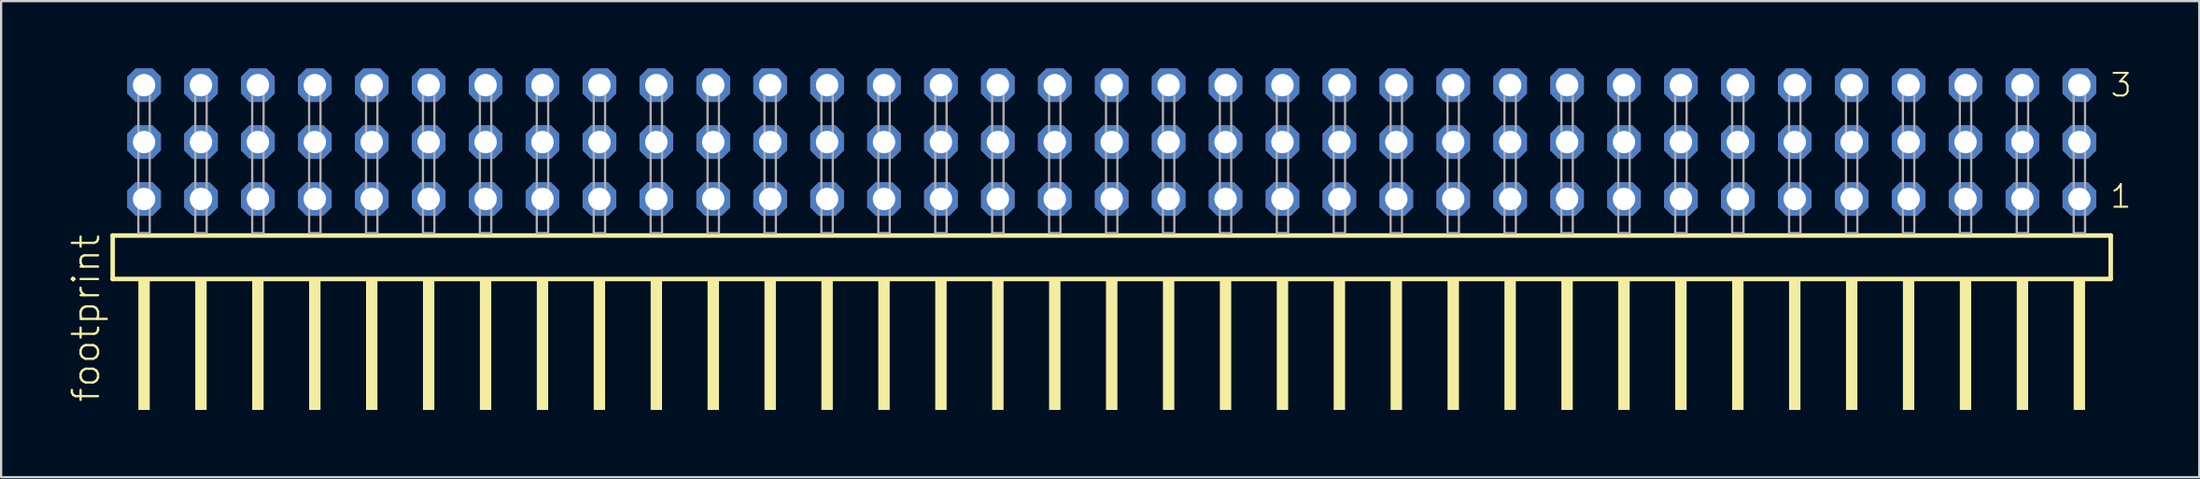
<source format=kicad_pcb>
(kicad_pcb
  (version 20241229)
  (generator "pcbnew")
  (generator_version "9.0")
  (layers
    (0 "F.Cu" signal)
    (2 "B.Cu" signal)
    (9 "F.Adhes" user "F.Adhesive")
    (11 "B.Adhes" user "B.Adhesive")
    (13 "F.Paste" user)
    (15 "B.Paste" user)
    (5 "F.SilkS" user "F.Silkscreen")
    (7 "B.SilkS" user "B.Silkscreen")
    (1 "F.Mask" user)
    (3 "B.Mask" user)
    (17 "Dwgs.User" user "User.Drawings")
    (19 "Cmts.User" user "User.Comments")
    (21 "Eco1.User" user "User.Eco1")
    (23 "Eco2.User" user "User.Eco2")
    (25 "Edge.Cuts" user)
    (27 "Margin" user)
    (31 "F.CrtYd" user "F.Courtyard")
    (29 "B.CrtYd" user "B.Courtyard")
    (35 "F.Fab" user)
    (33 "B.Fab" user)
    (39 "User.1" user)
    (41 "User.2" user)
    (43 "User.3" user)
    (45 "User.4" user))
  (footprint "footprint"
    (layer "F.Cu")
    (at 46.558 7.354)
    (property "Reference" "footprint" (at -45.085 7.62 90) (layer "F.SilkS") (effects (font (size 1.168 1.168) (thickness 0.102)) (justify left bottom)))
    (fp_line (start -44.579 0.106) (end -44.579 2.046) (stroke (width 0.203) (type solid)) (layer "F.SilkS"))
    (fp_line (start -44.579 2.046) (end 44.579 2.046) (stroke (width 0.203) (type solid)) (layer "F.SilkS"))
    (fp_line (start 44.579 0.106) (end -44.579 0.106) (stroke (width 0.203) (type solid)) (layer "F.SilkS"))
    (fp_line (start 44.579 2.046) (end 44.579 0.106) (stroke (width 0.203) (type solid)) (layer "F.SilkS"))
    (fp_poly (pts (xy -43.434 7.89) (xy -42.926 7.89) (xy -42.926 2.04) (xy -43.434 2.04)) (stroke (width 0) (type solid)) (fill yes) (layer "F.SilkS"))
    (fp_poly (pts (xy -40.894 7.89) (xy -40.386 7.89) (xy -40.386 2.04) (xy -40.894 2.04)) (stroke (width 0) (type solid)) (fill yes) (layer "F.SilkS"))
    (fp_poly (pts (xy -38.354 7.89) (xy -37.846 7.89) (xy -37.846 2.04) (xy -38.354 2.04)) (stroke (width 0) (type solid)) (fill yes) (layer "F.SilkS"))
    (fp_poly (pts (xy -35.814 7.89) (xy -35.306 7.89) (xy -35.306 2.04) (xy -35.814 2.04)) (stroke (width 0) (type solid)) (fill yes) (layer "F.SilkS"))
    (fp_poly (pts (xy -33.274 7.89) (xy -32.766 7.89) (xy -32.766 2.04) (xy -33.274 2.04)) (stroke (width 0) (type solid)) (fill yes) (layer "F.SilkS"))
    (fp_poly (pts (xy -30.734 7.89) (xy -30.226 7.89) (xy -30.226 2.04) (xy -30.734 2.04)) (stroke (width 0) (type solid)) (fill yes) (layer "F.SilkS"))
    (fp_poly (pts (xy -28.194 7.89) (xy -27.686 7.89) (xy -27.686 2.04) (xy -28.194 2.04)) (stroke (width 0) (type solid)) (fill yes) (layer "F.SilkS"))
    (fp_poly (pts (xy -25.654 7.89) (xy -25.146 7.89) (xy -25.146 2.04) (xy -25.654 2.04)) (stroke (width 0) (type solid)) (fill yes) (layer "F.SilkS"))
    (fp_poly (pts (xy -23.114 7.89) (xy -22.606 7.89) (xy -22.606 2.04) (xy -23.114 2.04)) (stroke (width 0) (type solid)) (fill yes) (layer "F.SilkS"))
    (fp_poly (pts (xy -20.574 7.89) (xy -20.066 7.89) (xy -20.066 2.04) (xy -20.574 2.04)) (stroke (width 0) (type solid)) (fill yes) (layer "F.SilkS"))
    (fp_poly (pts (xy -18.034 7.89) (xy -17.526 7.89) (xy -17.526 2.04) (xy -18.034 2.04)) (stroke (width 0) (type solid)) (fill yes) (layer "F.SilkS"))
    (fp_poly (pts (xy -15.494 7.89) (xy -14.986 7.89) (xy -14.986 2.04) (xy -15.494 2.04)) (stroke (width 0) (type solid)) (fill yes) (layer "F.SilkS"))
    (fp_poly (pts (xy -12.954 7.89) (xy -12.446 7.89) (xy -12.446 2.04) (xy -12.954 2.04)) (stroke (width 0) (type solid)) (fill yes) (layer "F.SilkS"))
    (fp_poly (pts (xy -10.414 7.89) (xy -9.906 7.89) (xy -9.906 2.04) (xy -10.414 2.04)) (stroke (width 0) (type solid)) (fill yes) (layer "F.SilkS"))
    (fp_poly (pts (xy -7.874 7.89) (xy -7.366 7.89) (xy -7.366 2.04) (xy -7.874 2.04)) (stroke (width 0) (type solid)) (fill yes) (layer "F.SilkS"))
    (fp_poly (pts (xy -5.334 7.89) (xy -4.826 7.89) (xy -4.826 2.04) (xy -5.334 2.04)) (stroke (width 0) (type solid)) (fill yes) (layer "F.SilkS"))
    (fp_poly (pts (xy -2.794 7.89) (xy -2.286 7.89) (xy -2.286 2.04) (xy -2.794 2.04)) (stroke (width 0) (type solid)) (fill yes) (layer "F.SilkS"))
    (fp_poly (pts (xy -0.254 7.89) (xy 0.254 7.89) (xy 0.254 2.04) (xy -0.254 2.04)) (stroke (width 0) (type solid)) (fill yes) (layer "F.SilkS"))
    (fp_poly (pts (xy 2.286 7.89) (xy 2.794 7.89) (xy 2.794 2.04) (xy 2.286 2.04)) (stroke (width 0) (type solid)) (fill yes) (layer "F.SilkS"))
    (fp_poly (pts (xy 4.826 7.89) (xy 5.334 7.89) (xy 5.334 2.04) (xy 4.826 2.04)) (stroke (width 0) (type solid)) (fill yes) (layer "F.SilkS"))
    (fp_poly (pts (xy 7.366 7.89) (xy 7.874 7.89) (xy 7.874 2.04) (xy 7.366 2.04)) (stroke (width 0) (type solid)) (fill yes) (layer "F.SilkS"))
    (fp_poly (pts (xy 9.906 7.89) (xy 10.414 7.89) (xy 10.414 2.04) (xy 9.906 2.04)) (stroke (width 0) (type solid)) (fill yes) (layer "F.SilkS"))
    (fp_poly (pts (xy 12.446 7.89) (xy 12.954 7.89) (xy 12.954 2.04) (xy 12.446 2.04)) (stroke (width 0) (type solid)) (fill yes) (layer "F.SilkS"))
    (fp_poly (pts (xy 14.986 7.89) (xy 15.494 7.89) (xy 15.494 2.04) (xy 14.986 2.04)) (stroke (width 0) (type solid)) (fill yes) (layer "F.SilkS"))
    (fp_poly (pts (xy 17.526 7.89) (xy 18.034 7.89) (xy 18.034 2.04) (xy 17.526 2.04)) (stroke (width 0) (type solid)) (fill yes) (layer "F.SilkS"))
    (fp_poly (pts (xy 20.066 7.89) (xy 20.574 7.89) (xy 20.574 2.04) (xy 20.066 2.04)) (stroke (width 0) (type solid)) (fill yes) (layer "F.SilkS"))
    (fp_poly (pts (xy 22.606 7.89) (xy 23.114 7.89) (xy 23.114 2.04) (xy 22.606 2.04)) (stroke (width 0) (type solid)) (fill yes) (layer "F.SilkS"))
    (fp_poly (pts (xy 25.146 7.89) (xy 25.654 7.89) (xy 25.654 2.04) (xy 25.146 2.04)) (stroke (width 0) (type solid)) (fill yes) (layer "F.SilkS"))
    (fp_poly (pts (xy 27.686 7.89) (xy 28.194 7.89) (xy 28.194 2.04) (xy 27.686 2.04)) (stroke (width 0) (type solid)) (fill yes) (layer "F.SilkS"))
    (fp_poly (pts (xy 30.226 7.89) (xy 30.734 7.89) (xy 30.734 2.04) (xy 30.226 2.04)) (stroke (width 0) (type solid)) (fill yes) (layer "F.SilkS"))
    (fp_poly (pts (xy 32.766 7.89) (xy 33.274 7.89) (xy 33.274 2.04) (xy 32.766 2.04)) (stroke (width 0) (type solid)) (fill yes) (layer "F.SilkS"))
    (fp_poly (pts (xy 35.306 7.89) (xy 35.814 7.89) (xy 35.814 2.04) (xy 35.306 2.04)) (stroke (width 0) (type solid)) (fill yes) (layer "F.SilkS"))
    (fp_poly (pts (xy 37.846 7.89) (xy 38.354 7.89) (xy 38.354 2.04) (xy 37.846 2.04)) (stroke (width 0) (type solid)) (fill yes) (layer "F.SilkS"))
    (fp_poly (pts (xy 40.386 7.89) (xy 40.894 7.89) (xy 40.894 2.04) (xy 40.386 2.04)) (stroke (width 0) (type solid)) (fill yes) (layer "F.SilkS"))
    (fp_poly (pts (xy 42.926 7.89) (xy 43.434 7.89) (xy 43.434 2.04) (xy 42.926 2.04)) (stroke (width 0) (type solid)) (fill yes) (layer "F.SilkS"))
    (fp_poly (pts (xy -43.434 0) (xy -42.926 0) (xy -42.926 -6.858) (xy -43.434 -6.858)) (stroke (width 0.1) (type solid)) (fill no) (layer "F.Fab"))
    (fp_poly (pts (xy -40.894 0) (xy -40.386 0) (xy -40.386 -6.858) (xy -40.894 -6.858)) (stroke (width 0.1) (type solid)) (fill no) (layer "F.Fab"))
    (fp_poly (pts (xy -38.354 0) (xy -37.846 0) (xy -37.846 -6.858) (xy -38.354 -6.858)) (stroke (width 0.1) (type solid)) (fill no) (layer "F.Fab"))
    (fp_poly (pts (xy -35.814 0) (xy -35.306 0) (xy -35.306 -6.858) (xy -35.814 -6.858)) (stroke (width 0.1) (type solid)) (fill no) (layer "F.Fab"))
    (fp_poly (pts (xy -33.274 0) (xy -32.766 0) (xy -32.766 -6.858) (xy -33.274 -6.858)) (stroke (width 0.1) (type solid)) (fill no) (layer "F.Fab"))
    (fp_poly (pts (xy -30.734 0) (xy -30.226 0) (xy -30.226 -6.858) (xy -30.734 -6.858)) (stroke (width 0.1) (type solid)) (fill no) (layer "F.Fab"))
    (fp_poly (pts (xy -28.194 0) (xy -27.686 0) (xy -27.686 -6.858) (xy -28.194 -6.858)) (stroke (width 0.1) (type solid)) (fill no) (layer "F.Fab"))
    (fp_poly (pts (xy -25.654 0) (xy -25.146 0) (xy -25.146 -6.858) (xy -25.654 -6.858)) (stroke (width 0.1) (type solid)) (fill no) (layer "F.Fab"))
    (fp_poly (pts (xy -23.114 0) (xy -22.606 0) (xy -22.606 -6.858) (xy -23.114 -6.858)) (stroke (width 0.1) (type solid)) (fill no) (layer "F.Fab"))
    (fp_poly (pts (xy -20.574 0) (xy -20.066 0) (xy -20.066 -6.858) (xy -20.574 -6.858)) (stroke (width 0.1) (type solid)) (fill no) (layer "F.Fab"))
    (fp_poly (pts (xy -18.034 0) (xy -17.526 0) (xy -17.526 -6.858) (xy -18.034 -6.858)) (stroke (width 0.1) (type solid)) (fill no) (layer "F.Fab"))
    (fp_poly (pts (xy -15.494 0) (xy -14.986 0) (xy -14.986 -6.858) (xy -15.494 -6.858)) (stroke (width 0.1) (type solid)) (fill no) (layer "F.Fab"))
    (fp_poly (pts (xy -12.954 0) (xy -12.446 0) (xy -12.446 -6.858) (xy -12.954 -6.858)) (stroke (width 0.1) (type solid)) (fill no) (layer "F.Fab"))
    (fp_poly (pts (xy -10.414 0) (xy -9.906 0) (xy -9.906 -6.858) (xy -10.414 -6.858)) (stroke (width 0.1) (type solid)) (fill no) (layer "F.Fab"))
    (fp_poly (pts (xy -7.874 0) (xy -7.366 0) (xy -7.366 -6.858) (xy -7.874 -6.858)) (stroke (width 0.1) (type solid)) (fill no) (layer "F.Fab"))
    (fp_poly (pts (xy -5.334 0) (xy -4.826 0) (xy -4.826 -6.858) (xy -5.334 -6.858)) (stroke (width 0.1) (type solid)) (fill no) (layer "F.Fab"))
    (fp_poly (pts (xy -2.794 0) (xy -2.286 0) (xy -2.286 -6.858) (xy -2.794 -6.858)) (stroke (width 0.1) (type solid)) (fill no) (layer "F.Fab"))
    (fp_poly (pts (xy -0.254 0) (xy 0.254 0) (xy 0.254 -6.858) (xy -0.254 -6.858)) (stroke (width 0.1) (type solid)) (fill no) (layer "F.Fab"))
    (fp_poly (pts (xy 2.286 0) (xy 2.794 0) (xy 2.794 -6.858) (xy 2.286 -6.858)) (stroke (width 0.1) (type solid)) (fill no) (layer "F.Fab"))
    (fp_poly (pts (xy 4.826 0) (xy 5.334 0) (xy 5.334 -6.858) (xy 4.826 -6.858)) (stroke (width 0.1) (type solid)) (fill no) (layer "F.Fab"))
    (fp_poly (pts (xy 7.366 0) (xy 7.874 0) (xy 7.874 -6.858) (xy 7.366 -6.858)) (stroke (width 0.1) (type solid)) (fill no) (layer "F.Fab"))
    (fp_poly (pts (xy 9.906 0) (xy 10.414 0) (xy 10.414 -6.858) (xy 9.906 -6.858)) (stroke (width 0.1) (type solid)) (fill no) (layer "F.Fab"))
    (fp_poly (pts (xy 12.446 0) (xy 12.954 0) (xy 12.954 -6.858) (xy 12.446 -6.858)) (stroke (width 0.1) (type solid)) (fill no) (layer "F.Fab"))
    (fp_poly (pts (xy 14.986 0) (xy 15.494 0) (xy 15.494 -6.858) (xy 14.986 -6.858)) (stroke (width 0.1) (type solid)) (fill no) (layer "F.Fab"))
    (fp_poly (pts (xy 17.526 0) (xy 18.034 0) (xy 18.034 -6.858) (xy 17.526 -6.858)) (stroke (width 0.1) (type solid)) (fill no) (layer "F.Fab"))
    (fp_poly (pts (xy 20.066 0) (xy 20.574 0) (xy 20.574 -6.858) (xy 20.066 -6.858)) (stroke (width 0.1) (type solid)) (fill no) (layer "F.Fab"))
    (fp_poly (pts (xy 22.606 0) (xy 23.114 0) (xy 23.114 -6.858) (xy 22.606 -6.858)) (stroke (width 0.1) (type solid)) (fill no) (layer "F.Fab"))
    (fp_poly (pts (xy 25.146 0) (xy 25.654 0) (xy 25.654 -6.858) (xy 25.146 -6.858)) (stroke (width 0.1) (type solid)) (fill no) (layer "F.Fab"))
    (fp_poly (pts (xy 27.686 0) (xy 28.194 0) (xy 28.194 -6.858) (xy 27.686 -6.858)) (stroke (width 0.1) (type solid)) (fill no) (layer "F.Fab"))
    (fp_poly (pts (xy 30.226 0) (xy 30.734 0) (xy 30.734 -6.858) (xy 30.226 -6.858)) (stroke (width 0.1) (type solid)) (fill no) (layer "F.Fab"))
    (fp_poly (pts (xy 32.766 0) (xy 33.274 0) (xy 33.274 -6.858) (xy 32.766 -6.858)) (stroke (width 0.1) (type solid)) (fill no) (layer "F.Fab"))
    (fp_poly (pts (xy 35.306 0) (xy 35.814 0) (xy 35.814 -6.858) (xy 35.306 -6.858)) (stroke (width 0.1) (type solid)) (fill no) (layer "F.Fab"))
    (fp_poly (pts (xy 37.846 0) (xy 38.354 0) (xy 38.354 -6.858) (xy 37.846 -6.858)) (stroke (width 0.1) (type solid)) (fill no) (layer "F.Fab"))
    (fp_poly (pts (xy 40.386 0) (xy 40.894 0) (xy 40.894 -6.858) (xy 40.386 -6.858)) (stroke (width 0.1) (type solid)) (fill no) (layer "F.Fab"))
    (fp_poly (pts (xy 42.926 0) (xy 43.434 0) (xy 43.434 -6.858) (xy 42.926 -6.858)) (stroke (width 0.1) (type solid)) (fill no) (layer "F.Fab"))
    (fp_text user "3" (at 44.505 -6.015 0) (layer "F.SilkS") (effects (font (size 1.012 1.012) (thickness 0.088)) (justify left bottom)))
    (fp_text user "1" (at 44.49 -1.05 0) (layer "F.SilkS") (effects (font (size 1.012 1.012) (thickness 0.088)) (justify left bottom)))
    (pad "1" thru_hole roundrect (at 43.18 -1.524 180) (size 1.5 1.5) (drill 1) (layers "*.Cu" "*.Mask") (roundrect_rratio 0.25) (chamfer_ratio 0.25) (chamfer top_left top_right bottom_left bottom_right))
    (pad "2" thru_hole roundrect (at 43.18 -4.064 180) (size 1.5 1.5) (drill 1) (layers "*.Cu" "*.Mask") (roundrect_rratio 0.25) (chamfer_ratio 0.25) (chamfer top_left top_right bottom_left bottom_right))
    (pad "3" thru_hole roundrect (at 43.18 -6.604 180) (size 1.5 1.5) (drill 1) (layers "*.Cu" "*.Mask") (roundrect_rratio 0.25) (chamfer_ratio 0.25) (chamfer top_left top_right bottom_left bottom_right))
    (pad "4" thru_hole roundrect (at 40.64 -1.524 180) (size 1.5 1.5) (drill 1) (layers "*.Cu" "*.Mask") (roundrect_rratio 0.25) (chamfer_ratio 0.25) (chamfer top_left top_right bottom_left bottom_right))
    (pad "5" thru_hole roundrect (at 40.64 -4.064 180) (size 1.5 1.5) (drill 1) (layers "*.Cu" "*.Mask") (roundrect_rratio 0.25) (chamfer_ratio 0.25) (chamfer top_left top_right bottom_left bottom_right))
    (pad "6" thru_hole roundrect (at 40.64 -6.604 180) (size 1.5 1.5) (drill 1) (layers "*.Cu" "*.Mask") (roundrect_rratio 0.25) (chamfer_ratio 0.25) (chamfer top_left top_right bottom_left bottom_right))
    (pad "7" thru_hole roundrect (at 38.1 -1.524 180) (size 1.5 1.5) (drill 1) (layers "*.Cu" "*.Mask") (roundrect_rratio 0.25) (chamfer_ratio 0.25) (chamfer top_left top_right bottom_left bottom_right))
    (pad "8" thru_hole roundrect (at 38.1 -4.064 180) (size 1.5 1.5) (drill 1) (layers "*.Cu" "*.Mask") (roundrect_rratio 0.25) (chamfer_ratio 0.25) (chamfer top_left top_right bottom_left bottom_right))
    (pad "9" thru_hole roundrect (at 38.1 -6.604 180) (size 1.5 1.5) (drill 1) (layers "*.Cu" "*.Mask") (roundrect_rratio 0.25) (chamfer_ratio 0.25) (chamfer top_left top_right bottom_left bottom_right))
    (pad "10" thru_hole roundrect (at 35.56 -1.524 180) (size 1.5 1.5) (drill 1) (layers "*.Cu" "*.Mask") (roundrect_rratio 0.25) (chamfer_ratio 0.25) (chamfer top_left top_right bottom_left bottom_right))
    (pad "11" thru_hole roundrect (at 35.56 -4.064 180) (size 1.5 1.5) (drill 1) (layers "*.Cu" "*.Mask") (roundrect_rratio 0.25) (chamfer_ratio 0.25) (chamfer top_left top_right bottom_left bottom_right))
    (pad "12" thru_hole roundrect (at 35.56 -6.604 180) (size 1.5 1.5) (drill 1) (layers "*.Cu" "*.Mask") (roundrect_rratio 0.25) (chamfer_ratio 0.25) (chamfer top_left top_right bottom_left bottom_right))
    (pad "13" thru_hole roundrect (at 33.02 -1.524 180) (size 1.5 1.5) (drill 1) (layers "*.Cu" "*.Mask") (roundrect_rratio 0.25) (chamfer_ratio 0.25) (chamfer top_left top_right bottom_left bottom_right))
    (pad "14" thru_hole roundrect (at 33.02 -4.064 180) (size 1.5 1.5) (drill 1) (layers "*.Cu" "*.Mask") (roundrect_rratio 0.25) (chamfer_ratio 0.25) (chamfer top_left top_right bottom_left bottom_right))
    (pad "15" thru_hole roundrect (at 33.02 -6.604 180) (size 1.5 1.5) (drill 1) (layers "*.Cu" "*.Mask") (roundrect_rratio 0.25) (chamfer_ratio 0.25) (chamfer top_left top_right bottom_left bottom_right))
    (pad "16" thru_hole roundrect (at 30.48 -1.524 180) (size 1.5 1.5) (drill 1) (layers "*.Cu" "*.Mask") (roundrect_rratio 0.25) (chamfer_ratio 0.25) (chamfer top_left top_right bottom_left bottom_right))
    (pad "17" thru_hole roundrect (at 30.48 -4.064 180) (size 1.5 1.5) (drill 1) (layers "*.Cu" "*.Mask") (roundrect_rratio 0.25) (chamfer_ratio 0.25) (chamfer top_left top_right bottom_left bottom_right))
    (pad "18" thru_hole roundrect (at 30.48 -6.604 180) (size 1.5 1.5) (drill 1) (layers "*.Cu" "*.Mask") (roundrect_rratio 0.25) (chamfer_ratio 0.25) (chamfer top_left top_right bottom_left bottom_right))
    (pad "19" thru_hole roundrect (at 27.94 -1.524 180) (size 1.5 1.5) (drill 1) (layers "*.Cu" "*.Mask") (roundrect_rratio 0.25) (chamfer_ratio 0.25) (chamfer top_left top_right bottom_left bottom_right))
    (pad "20" thru_hole roundrect (at 27.94 -4.064 180) (size 1.5 1.5) (drill 1) (layers "*.Cu" "*.Mask") (roundrect_rratio 0.25) (chamfer_ratio 0.25) (chamfer top_left top_right bottom_left bottom_right))
    (pad "21" thru_hole roundrect (at 27.94 -6.604 180) (size 1.5 1.5) (drill 1) (layers "*.Cu" "*.Mask") (roundrect_rratio 0.25) (chamfer_ratio 0.25) (chamfer top_left top_right bottom_left bottom_right))
    (pad "22" thru_hole roundrect (at 25.4 -1.524 180) (size 1.5 1.5) (drill 1) (layers "*.Cu" "*.Mask") (roundrect_rratio 0.25) (chamfer_ratio 0.25) (chamfer top_left top_right bottom_left bottom_right))
    (pad "23" thru_hole roundrect (at 25.4 -4.064 180) (size 1.5 1.5) (drill 1) (layers "*.Cu" "*.Mask") (roundrect_rratio 0.25) (chamfer_ratio 0.25) (chamfer top_left top_right bottom_left bottom_right))
    (pad "24" thru_hole roundrect (at 25.4 -6.604 180) (size 1.5 1.5) (drill 1) (layers "*.Cu" "*.Mask") (roundrect_rratio 0.25) (chamfer_ratio 0.25) (chamfer top_left top_right bottom_left bottom_right))
    (pad "25" thru_hole roundrect (at 22.86 -1.524 180) (size 1.5 1.5) (drill 1) (layers "*.Cu" "*.Mask") (roundrect_rratio 0.25) (chamfer_ratio 0.25) (chamfer top_left top_right bottom_left bottom_right))
    (pad "26" thru_hole roundrect (at 22.86 -4.064 180) (size 1.5 1.5) (drill 1) (layers "*.Cu" "*.Mask") (roundrect_rratio 0.25) (chamfer_ratio 0.25) (chamfer top_left top_right bottom_left bottom_right))
    (pad "27" thru_hole roundrect (at 22.86 -6.604 180) (size 1.5 1.5) (drill 1) (layers "*.Cu" "*.Mask") (roundrect_rratio 0.25) (chamfer_ratio 0.25) (chamfer top_left top_right bottom_left bottom_right))
    (pad "28" thru_hole roundrect (at 20.32 -1.524 180) (size 1.5 1.5) (drill 1) (layers "*.Cu" "*.Mask") (roundrect_rratio 0.25) (chamfer_ratio 0.25) (chamfer top_left top_right bottom_left bottom_right))
    (pad "29" thru_hole roundrect (at 20.32 -4.064 180) (size 1.5 1.5) (drill 1) (layers "*.Cu" "*.Mask") (roundrect_rratio 0.25) (chamfer_ratio 0.25) (chamfer top_left top_right bottom_left bottom_right))
    (pad "30" thru_hole roundrect (at 20.32 -6.604 180) (size 1.5 1.5) (drill 1) (layers "*.Cu" "*.Mask") (roundrect_rratio 0.25) (chamfer_ratio 0.25) (chamfer top_left top_right bottom_left bottom_right))
    (pad "31" thru_hole roundrect (at 17.78 -1.524 180) (size 1.5 1.5) (drill 1) (layers "*.Cu" "*.Mask") (roundrect_rratio 0.25) (chamfer_ratio 0.25) (chamfer top_left top_right bottom_left bottom_right))
    (pad "32" thru_hole roundrect (at 17.78 -4.064 180) (size 1.5 1.5) (drill 1) (layers "*.Cu" "*.Mask") (roundrect_rratio 0.25) (chamfer_ratio 0.25) (chamfer top_left top_right bottom_left bottom_right))
    (pad "33" thru_hole roundrect (at 17.78 -6.604 180) (size 1.5 1.5) (drill 1) (layers "*.Cu" "*.Mask") (roundrect_rratio 0.25) (chamfer_ratio 0.25) (chamfer top_left top_right bottom_left bottom_right))
    (pad "34" thru_hole roundrect (at 15.24 -1.524 180) (size 1.5 1.5) (drill 1) (layers "*.Cu" "*.Mask") (roundrect_rratio 0.25) (chamfer_ratio 0.25) (chamfer top_left top_right bottom_left bottom_right))
    (pad "35" thru_hole roundrect (at 15.24 -4.064 180) (size 1.5 1.5) (drill 1) (layers "*.Cu" "*.Mask") (roundrect_rratio 0.25) (chamfer_ratio 0.25) (chamfer top_left top_right bottom_left bottom_right))
    (pad "36" thru_hole roundrect (at 15.24 -6.604 180) (size 1.5 1.5) (drill 1) (layers "*.Cu" "*.Mask") (roundrect_rratio 0.25) (chamfer_ratio 0.25) (chamfer top_left top_right bottom_left bottom_right))
    (pad "37" thru_hole roundrect (at 12.7 -1.524 180) (size 1.5 1.5) (drill 1) (layers "*.Cu" "*.Mask") (roundrect_rratio 0.25) (chamfer_ratio 0.25) (chamfer top_left top_right bottom_left bottom_right))
    (pad "38" thru_hole roundrect (at 12.7 -4.064 180) (size 1.5 1.5) (drill 1) (layers "*.Cu" "*.Mask") (roundrect_rratio 0.25) (chamfer_ratio 0.25) (chamfer top_left top_right bottom_left bottom_right))
    (pad "39" thru_hole roundrect (at 12.7 -6.604 180) (size 1.5 1.5) (drill 1) (layers "*.Cu" "*.Mask") (roundrect_rratio 0.25) (chamfer_ratio 0.25) (chamfer top_left top_right bottom_left bottom_right))
    (pad "40" thru_hole roundrect (at 10.16 -1.524 180) (size 1.5 1.5) (drill 1) (layers "*.Cu" "*.Mask") (roundrect_rratio 0.25) (chamfer_ratio 0.25) (chamfer top_left top_right bottom_left bottom_right))
    (pad "41" thru_hole roundrect (at 10.16 -4.064 180) (size 1.5 1.5) (drill 1) (layers "*.Cu" "*.Mask") (roundrect_rratio 0.25) (chamfer_ratio 0.25) (chamfer top_left top_right bottom_left bottom_right))
    (pad "42" thru_hole roundrect (at 10.16 -6.604 180) (size 1.5 1.5) (drill 1) (layers "*.Cu" "*.Mask") (roundrect_rratio 0.25) (chamfer_ratio 0.25) (chamfer top_left top_right bottom_left bottom_right))
    (pad "43" thru_hole roundrect (at 7.62 -1.524 180) (size 1.5 1.5) (drill 1) (layers "*.Cu" "*.Mask") (roundrect_rratio 0.25) (chamfer_ratio 0.25) (chamfer top_left top_right bottom_left bottom_right))
    (pad "44" thru_hole roundrect (at 7.62 -4.064 180) (size 1.5 1.5) (drill 1) (layers "*.Cu" "*.Mask") (roundrect_rratio 0.25) (chamfer_ratio 0.25) (chamfer top_left top_right bottom_left bottom_right))
    (pad "45" thru_hole roundrect (at 7.62 -6.604 180) (size 1.5 1.5) (drill 1) (layers "*.Cu" "*.Mask") (roundrect_rratio 0.25) (chamfer_ratio 0.25) (chamfer top_left top_right bottom_left bottom_right))
    (pad "46" thru_hole roundrect (at 5.08 -1.524 180) (size 1.5 1.5) (drill 1) (layers "*.Cu" "*.Mask") (roundrect_rratio 0.25) (chamfer_ratio 0.25) (chamfer top_left top_right bottom_left bottom_right))
    (pad "47" thru_hole roundrect (at 5.08 -4.064 180) (size 1.5 1.5) (drill 1) (layers "*.Cu" "*.Mask") (roundrect_rratio 0.25) (chamfer_ratio 0.25) (chamfer top_left top_right bottom_left bottom_right))
    (pad "48" thru_hole roundrect (at 5.08 -6.604 180) (size 1.5 1.5) (drill 1) (layers "*.Cu" "*.Mask") (roundrect_rratio 0.25) (chamfer_ratio 0.25) (chamfer top_left top_right bottom_left bottom_right))
    (pad "49" thru_hole roundrect (at 2.54 -1.524 180) (size 1.5 1.5) (drill 1) (layers "*.Cu" "*.Mask") (roundrect_rratio 0.25) (chamfer_ratio 0.25) (chamfer top_left top_right bottom_left bottom_right))
    (pad "50" thru_hole roundrect (at 2.54 -4.064 180) (size 1.5 1.5) (drill 1) (layers "*.Cu" "*.Mask") (roundrect_rratio 0.25) (chamfer_ratio 0.25) (chamfer top_left top_right bottom_left bottom_right))
    (pad "51" thru_hole roundrect (at 2.54 -6.604 180) (size 1.5 1.5) (drill 1) (layers "*.Cu" "*.Mask") (roundrect_rratio 0.25) (chamfer_ratio 0.25) (chamfer top_left top_right bottom_left bottom_right))
    (pad "52" thru_hole roundrect (at 0 -1.524 180) (size 1.5 1.5) (drill 1) (layers "*.Cu" "*.Mask") (roundrect_rratio 0.25) (chamfer_ratio 0.25) (chamfer top_left top_right bottom_left bottom_right))
    (pad "53" thru_hole roundrect (at 0 -4.064 180) (size 1.5 1.5) (drill 1) (layers "*.Cu" "*.Mask") (roundrect_rratio 0.25) (chamfer_ratio 0.25) (chamfer top_left top_right bottom_left bottom_right))
    (pad "54" thru_hole roundrect (at 0 -6.604 180) (size 1.5 1.5) (drill 1) (layers "*.Cu" "*.Mask") (roundrect_rratio 0.25) (chamfer_ratio 0.25) (chamfer top_left top_right bottom_left bottom_right))
    (pad "55" thru_hole roundrect (at -2.54 -1.524 180) (size 1.5 1.5) (drill 1) (layers "*.Cu" "*.Mask") (roundrect_rratio 0.25) (chamfer_ratio 0.25) (chamfer top_left top_right bottom_left bottom_right))
    (pad "56" thru_hole roundrect (at -2.54 -4.064 180) (size 1.5 1.5) (drill 1) (layers "*.Cu" "*.Mask") (roundrect_rratio 0.25) (chamfer_ratio 0.25) (chamfer top_left top_right bottom_left bottom_right))
    (pad "57" thru_hole roundrect (at -2.54 -6.604 180) (size 1.5 1.5) (drill 1) (layers "*.Cu" "*.Mask") (roundrect_rratio 0.25) (chamfer_ratio 0.25) (chamfer top_left top_right bottom_left bottom_right))
    (pad "58" thru_hole roundrect (at -5.08 -1.524 180) (size 1.5 1.5) (drill 1) (layers "*.Cu" "*.Mask") (roundrect_rratio 0.25) (chamfer_ratio 0.25) (chamfer top_left top_right bottom_left bottom_right))
    (pad "59" thru_hole roundrect (at -5.08 -4.064 180) (size 1.5 1.5) (drill 1) (layers "*.Cu" "*.Mask") (roundrect_rratio 0.25) (chamfer_ratio 0.25) (chamfer top_left top_right bottom_left bottom_right))
    (pad "60" thru_hole roundrect (at -5.08 -6.604 180) (size 1.5 1.5) (drill 1) (layers "*.Cu" "*.Mask") (roundrect_rratio 0.25) (chamfer_ratio 0.25) (chamfer top_left top_right bottom_left bottom_right))
    (pad "61" thru_hole roundrect (at -7.62 -1.524 180) (size 1.5 1.5) (drill 1) (layers "*.Cu" "*.Mask") (roundrect_rratio 0.25) (chamfer_ratio 0.25) (chamfer top_left top_right bottom_left bottom_right))
    (pad "62" thru_hole roundrect (at -7.62 -4.064 180) (size 1.5 1.5) (drill 1) (layers "*.Cu" "*.Mask") (roundrect_rratio 0.25) (chamfer_ratio 0.25) (chamfer top_left top_right bottom_left bottom_right))
    (pad "63" thru_hole roundrect (at -7.62 -6.604 180) (size 1.5 1.5) (drill 1) (layers "*.Cu" "*.Mask") (roundrect_rratio 0.25) (chamfer_ratio 0.25) (chamfer top_left top_right bottom_left bottom_right))
    (pad "64" thru_hole roundrect (at -10.16 -1.524 180) (size 1.5 1.5) (drill 1) (layers "*.Cu" "*.Mask") (roundrect_rratio 0.25) (chamfer_ratio 0.25) (chamfer top_left top_right bottom_left bottom_right))
    (pad "65" thru_hole roundrect (at -10.16 -4.064 180) (size 1.5 1.5) (drill 1) (layers "*.Cu" "*.Mask") (roundrect_rratio 0.25) (chamfer_ratio 0.25) (chamfer top_left top_right bottom_left bottom_right))
    (pad "66" thru_hole roundrect (at -10.16 -6.604 180) (size 1.5 1.5) (drill 1) (layers "*.Cu" "*.Mask") (roundrect_rratio 0.25) (chamfer_ratio 0.25) (chamfer top_left top_right bottom_left bottom_right))
    (pad "67" thru_hole roundrect (at -12.7 -1.524 180) (size 1.5 1.5) (drill 1) (layers "*.Cu" "*.Mask") (roundrect_rratio 0.25) (chamfer_ratio 0.25) (chamfer top_left top_right bottom_left bottom_right))
    (pad "68" thru_hole roundrect (at -12.7 -4.064 180) (size 1.5 1.5) (drill 1) (layers "*.Cu" "*.Mask") (roundrect_rratio 0.25) (chamfer_ratio 0.25) (chamfer top_left top_right bottom_left bottom_right))
    (pad "69" thru_hole roundrect (at -12.7 -6.604 180) (size 1.5 1.5) (drill 1) (layers "*.Cu" "*.Mask") (roundrect_rratio 0.25) (chamfer_ratio 0.25) (chamfer top_left top_right bottom_left bottom_right))
    (pad "70" thru_hole roundrect (at -15.24 -1.524 180) (size 1.5 1.5) (drill 1) (layers "*.Cu" "*.Mask") (roundrect_rratio 0.25) (chamfer_ratio 0.25) (chamfer top_left top_right bottom_left bottom_right))
    (pad "71" thru_hole roundrect (at -15.24 -4.064 180) (size 1.5 1.5) (drill 1) (layers "*.Cu" "*.Mask") (roundrect_rratio 0.25) (chamfer_ratio 0.25) (chamfer top_left top_right bottom_left bottom_right))
    (pad "72" thru_hole roundrect (at -15.24 -6.604 180) (size 1.5 1.5) (drill 1) (layers "*.Cu" "*.Mask") (roundrect_rratio 0.25) (chamfer_ratio 0.25) (chamfer top_left top_right bottom_left bottom_right))
    (pad "73" thru_hole roundrect (at -17.78 -1.524 180) (size 1.5 1.5) (drill 1) (layers "*.Cu" "*.Mask") (roundrect_rratio 0.25) (chamfer_ratio 0.25) (chamfer top_left top_right bottom_left bottom_right))
    (pad "74" thru_hole roundrect (at -17.78 -4.064 180) (size 1.5 1.5) (drill 1) (layers "*.Cu" "*.Mask") (roundrect_rratio 0.25) (chamfer_ratio 0.25) (chamfer top_left top_right bottom_left bottom_right))
    (pad "75" thru_hole roundrect (at -17.78 -6.604 180) (size 1.5 1.5) (drill 1) (layers "*.Cu" "*.Mask") (roundrect_rratio 0.25) (chamfer_ratio 0.25) (chamfer top_left top_right bottom_left bottom_right))
    (pad "76" thru_hole roundrect (at -20.32 -1.524 180) (size 1.5 1.5) (drill 1) (layers "*.Cu" "*.Mask") (roundrect_rratio 0.25) (chamfer_ratio 0.25) (chamfer top_left top_right bottom_left bottom_right))
    (pad "77" thru_hole roundrect (at -20.32 -4.064 180) (size 1.5 1.5) (drill 1) (layers "*.Cu" "*.Mask") (roundrect_rratio 0.25) (chamfer_ratio 0.25) (chamfer top_left top_right bottom_left bottom_right))
    (pad "78" thru_hole roundrect (at -20.32 -6.604 180) (size 1.5 1.5) (drill 1) (layers "*.Cu" "*.Mask") (roundrect_rratio 0.25) (chamfer_ratio 0.25) (chamfer top_left top_right bottom_left bottom_right))
    (pad "79" thru_hole roundrect (at -22.86 -1.524 180) (size 1.5 1.5) (drill 1) (layers "*.Cu" "*.Mask") (roundrect_rratio 0.25) (chamfer_ratio 0.25) (chamfer top_left top_right bottom_left bottom_right))
    (pad "80" thru_hole roundrect (at -22.86 -4.064 180) (size 1.5 1.5) (drill 1) (layers "*.Cu" "*.Mask") (roundrect_rratio 0.25) (chamfer_ratio 0.25) (chamfer top_left top_right bottom_left bottom_right))
    (pad "81" thru_hole roundrect (at -22.86 -6.604 180) (size 1.5 1.5) (drill 1) (layers "*.Cu" "*.Mask") (roundrect_rratio 0.25) (chamfer_ratio 0.25) (chamfer top_left top_right bottom_left bottom_right))
    (pad "82" thru_hole roundrect (at -25.4 -1.524 180) (size 1.5 1.5) (drill 1) (layers "*.Cu" "*.Mask") (roundrect_rratio 0.25) (chamfer_ratio 0.25) (chamfer top_left top_right bottom_left bottom_right))
    (pad "83" thru_hole roundrect (at -25.4 -4.064 180) (size 1.5 1.5) (drill 1) (layers "*.Cu" "*.Mask") (roundrect_rratio 0.25) (chamfer_ratio 0.25) (chamfer top_left top_right bottom_left bottom_right))
    (pad "84" thru_hole roundrect (at -25.4 -6.604 180) (size 1.5 1.5) (drill 1) (layers "*.Cu" "*.Mask") (roundrect_rratio 0.25) (chamfer_ratio 0.25) (chamfer top_left top_right bottom_left bottom_right))
    (pad "85" thru_hole roundrect (at -27.94 -1.524 180) (size 1.5 1.5) (drill 1) (layers "*.Cu" "*.Mask") (roundrect_rratio 0.25) (chamfer_ratio 0.25) (chamfer top_left top_right bottom_left bottom_right))
    (pad "86" thru_hole roundrect (at -27.94 -4.064 180) (size 1.5 1.5) (drill 1) (layers "*.Cu" "*.Mask") (roundrect_rratio 0.25) (chamfer_ratio 0.25) (chamfer top_left top_right bottom_left bottom_right))
    (pad "87" thru_hole roundrect (at -27.94 -6.604 180) (size 1.5 1.5) (drill 1) (layers "*.Cu" "*.Mask") (roundrect_rratio 0.25) (chamfer_ratio 0.25) (chamfer top_left top_right bottom_left bottom_right))
    (pad "88" thru_hole roundrect (at -30.48 -1.524 180) (size 1.5 1.5) (drill 1) (layers "*.Cu" "*.Mask") (roundrect_rratio 0.25) (chamfer_ratio 0.25) (chamfer top_left top_right bottom_left bottom_right))
    (pad "89" thru_hole roundrect (at -30.48 -4.064 180) (size 1.5 1.5) (drill 1) (layers "*.Cu" "*.Mask") (roundrect_rratio 0.25) (chamfer_ratio 0.25) (chamfer top_left top_right bottom_left bottom_right))
    (pad "90" thru_hole roundrect (at -30.48 -6.604 180) (size 1.5 1.5) (drill 1) (layers "*.Cu" "*.Mask") (roundrect_rratio 0.25) (chamfer_ratio 0.25) (chamfer top_left top_right bottom_left bottom_right))
    (pad "91" thru_hole roundrect (at -33.02 -1.524 180) (size 1.5 1.5) (drill 1) (layers "*.Cu" "*.Mask") (roundrect_rratio 0.25) (chamfer_ratio 0.25) (chamfer top_left top_right bottom_left bottom_right))
    (pad "92" thru_hole roundrect (at -33.02 -4.064 180) (size 1.5 1.5) (drill 1) (layers "*.Cu" "*.Mask") (roundrect_rratio 0.25) (chamfer_ratio 0.25) (chamfer top_left top_right bottom_left bottom_right))
    (pad "93" thru_hole roundrect (at -33.02 -6.604 180) (size 1.5 1.5) (drill 1) (layers "*.Cu" "*.Mask") (roundrect_rratio 0.25) (chamfer_ratio 0.25) (chamfer top_left top_right bottom_left bottom_right))
    (pad "94" thru_hole roundrect (at -35.56 -1.524 180) (size 1.5 1.5) (drill 1) (layers "*.Cu" "*.Mask") (roundrect_rratio 0.25) (chamfer_ratio 0.25) (chamfer top_left top_right bottom_left bottom_right))
    (pad "95" thru_hole roundrect (at -35.56 -4.064 180) (size 1.5 1.5) (drill 1) (layers "*.Cu" "*.Mask") (roundrect_rratio 0.25) (chamfer_ratio 0.25) (chamfer top_left top_right bottom_left bottom_right))
    (pad "96" thru_hole roundrect (at -35.56 -6.604 180) (size 1.5 1.5) (drill 1) (layers "*.Cu" "*.Mask") (roundrect_rratio 0.25) (chamfer_ratio 0.25) (chamfer top_left top_right bottom_left bottom_right))
    (pad "97" thru_hole roundrect (at -38.1 -1.524 180) (size 1.5 1.5) (drill 1) (layers "*.Cu" "*.Mask") (roundrect_rratio 0.25) (chamfer_ratio 0.25) (chamfer top_left top_right bottom_left bottom_right))
    (pad "98" thru_hole roundrect (at -38.1 -4.064 180) (size 1.5 1.5) (drill 1) (layers "*.Cu" "*.Mask") (roundrect_rratio 0.25) (chamfer_ratio 0.25) (chamfer top_left top_right bottom_left bottom_right))
    (pad "99" thru_hole roundrect (at -38.1 -6.604 180) (size 1.5 1.5) (drill 1) (layers "*.Cu" "*.Mask") (roundrect_rratio 0.25) (chamfer_ratio 0.25) (chamfer top_left top_right bottom_left bottom_right))
    (pad "100" thru_hole roundrect (at -40.64 -1.524 180) (size 1.5 1.5) (drill 1) (layers "*.Cu" "*.Mask") (roundrect_rratio 0.25) (chamfer_ratio 0.25) (chamfer top_left top_right bottom_left bottom_right))
    (pad "101" thru_hole roundrect (at -40.64 -4.064 180) (size 1.5 1.5) (drill 1) (layers "*.Cu" "*.Mask") (roundrect_rratio 0.25) (chamfer_ratio 0.25) (chamfer top_left top_right bottom_left bottom_right))
    (pad "102" thru_hole roundrect (at -40.64 -6.604 180) (size 1.5 1.5) (drill 1) (layers "*.Cu" "*.Mask") (roundrect_rratio 0.25) (chamfer_ratio 0.25) (chamfer top_left top_right bottom_left bottom_right))
    (pad "103" thru_hole roundrect (at -43.18 -1.524 180) (size 1.5 1.5) (drill 1) (layers "*.Cu" "*.Mask") (roundrect_rratio 0.25) (chamfer_ratio 0.25) (chamfer top_left top_right bottom_left bottom_right))
    (pad "104" thru_hole roundrect (at -43.18 -4.064 180) (size 1.5 1.5) (drill 1) (layers "*.Cu" "*.Mask") (roundrect_rratio 0.25) (chamfer_ratio 0.25) (chamfer top_left top_right bottom_left bottom_right))
    (pad "105" thru_hole roundrect (at -43.18 -6.604 180) (size 1.5 1.5) (drill 1) (layers "*.Cu" "*.Mask") (roundrect_rratio 0.25) (chamfer_ratio 0.25) (chamfer top_left top_right bottom_left bottom_right)))
  (gr_rect
    (start -3 -3)
    (end 95.089 18.244)
    (stroke (width 0.1) (type default))
    (fill no)
    (layer "Edge.Cuts")))
</source>
